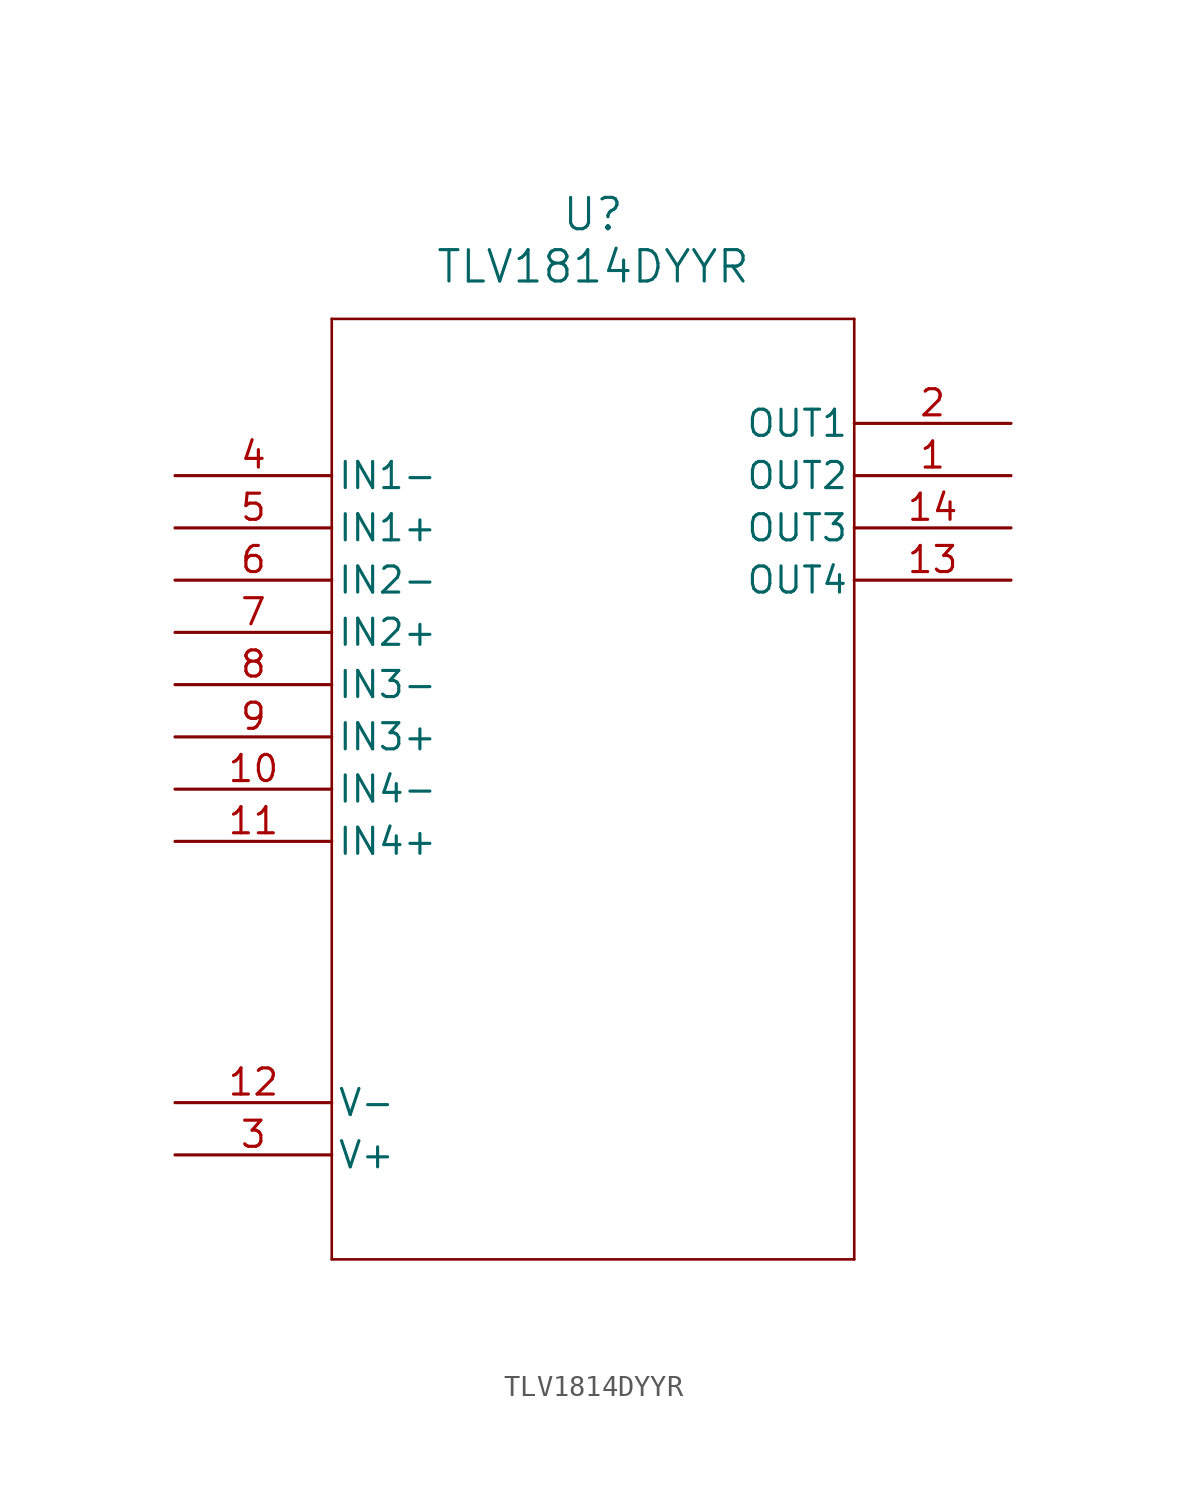
<source format=kicad_sym>
(kicad_symbol_lib
  (version 20211014)
  (generator kicad_symbol_editor)
  (symbol "TLV1814DYYR"
    (pin_names
      (offset 0.254))
    (property "Reference" "U"
      (at 20.32 12.7 0)
      (effects (font (size 1.524 1.524))))
    (property "Value" "TLV1814DYYR"
      (at 20.32 10.16 0)
      (effects (font (size 1.524 1.524))))
    (symbol "TLV1814DYYR_0_1"
      (polyline (pts (xy 7.62 7.62) (xy 7.62 -38.1)) (stroke (width 0.127) (type default) (color 0 0 0 0)) (fill (type none)))
      (polyline (pts (xy 7.62 -38.1) (xy 33.02 -38.1)) (stroke (width 0.127) (type default) (color 0 0 0 0)) (fill (type none)))
      (polyline (pts (xy 33.02 -38.1) (xy 33.02 7.62)) (stroke (width 0.127) (type default) (color 0 0 0 0)) (fill (type none)))
      (polyline (pts (xy 33.02 7.62) (xy 7.62 7.62)) (stroke (width 0.127) (type default) (color 0 0 0 0)) (fill (type none)))
      (pin output line (at 40.64 0 180) (length 7.62) (name "OUT2" (effects (font (size 1.27 1.27)))) (number "1" (effects (font (size 1.27 1.27)))))
      (pin output line (at 40.64 2.54 180) (length 7.62) (name "OUT1" (effects (font (size 1.27 1.27)))) (number "2" (effects (font (size 1.27 1.27)))))
      (pin power_in line (at 0 -33.02 0) (length 7.62) (name "V+" (effects (font (size 1.27 1.27)))) (number "3" (effects (font (size 1.27 1.27)))))
      (pin input line (at 0 0 0) (length 7.62) (name "IN1-" (effects (font (size 1.27 1.27)))) (number "4" (effects (font (size 1.27 1.27)))))
      (pin input line (at 0 -2.54 0) (length 7.62) (name "IN1+" (effects (font (size 1.27 1.27)))) (number "5" (effects (font (size 1.27 1.27)))))
      (pin input line (at 0 -5.08 0) (length 7.62) (name "IN2-" (effects (font (size 1.27 1.27)))) (number "6" (effects (font (size 1.27 1.27)))))
      (pin input line (at 0 -7.62 0) (length 7.62) (name "IN2+" (effects (font (size 1.27 1.27)))) (number "7" (effects (font (size 1.27 1.27)))))
      (pin input line (at 0 -10.16 0) (length 7.62) (name "IN3-" (effects (font (size 1.27 1.27)))) (number "8" (effects (font (size 1.27 1.27)))))
      (pin input line (at 0 -12.7 0) (length 7.62) (name "IN3+" (effects (font (size 1.27 1.27)))) (number "9" (effects (font (size 1.27 1.27)))))
      (pin input line (at 0 -15.24 0) (length 7.62) (name "IN4-" (effects (font (size 1.27 1.27)))) (number "10" (effects (font (size 1.27 1.27)))))
      (pin input line (at 0 -17.78 0) (length 7.62) (name "IN4+" (effects (font (size 1.27 1.27)))) (number "11" (effects (font (size 1.27 1.27)))))
      (pin power_in line (at 0 -30.48 0) (length 7.62) (name "V-" (effects (font (size 1.27 1.27)))) (number "12" (effects (font (size 1.27 1.27)))))
      (pin output line (at 40.64 -5.08 180) (length 7.62) (name "OUT4" (effects (font (size 1.27 1.27)))) (number "13" (effects (font (size 1.27 1.27)))))
      (pin output line (at 40.64 -2.54 180) (length 7.62) (name "OUT3" (effects (font (size 1.27 1.27)))) (number "14" (effects (font (size 1.27 1.27))))))))
</source>
